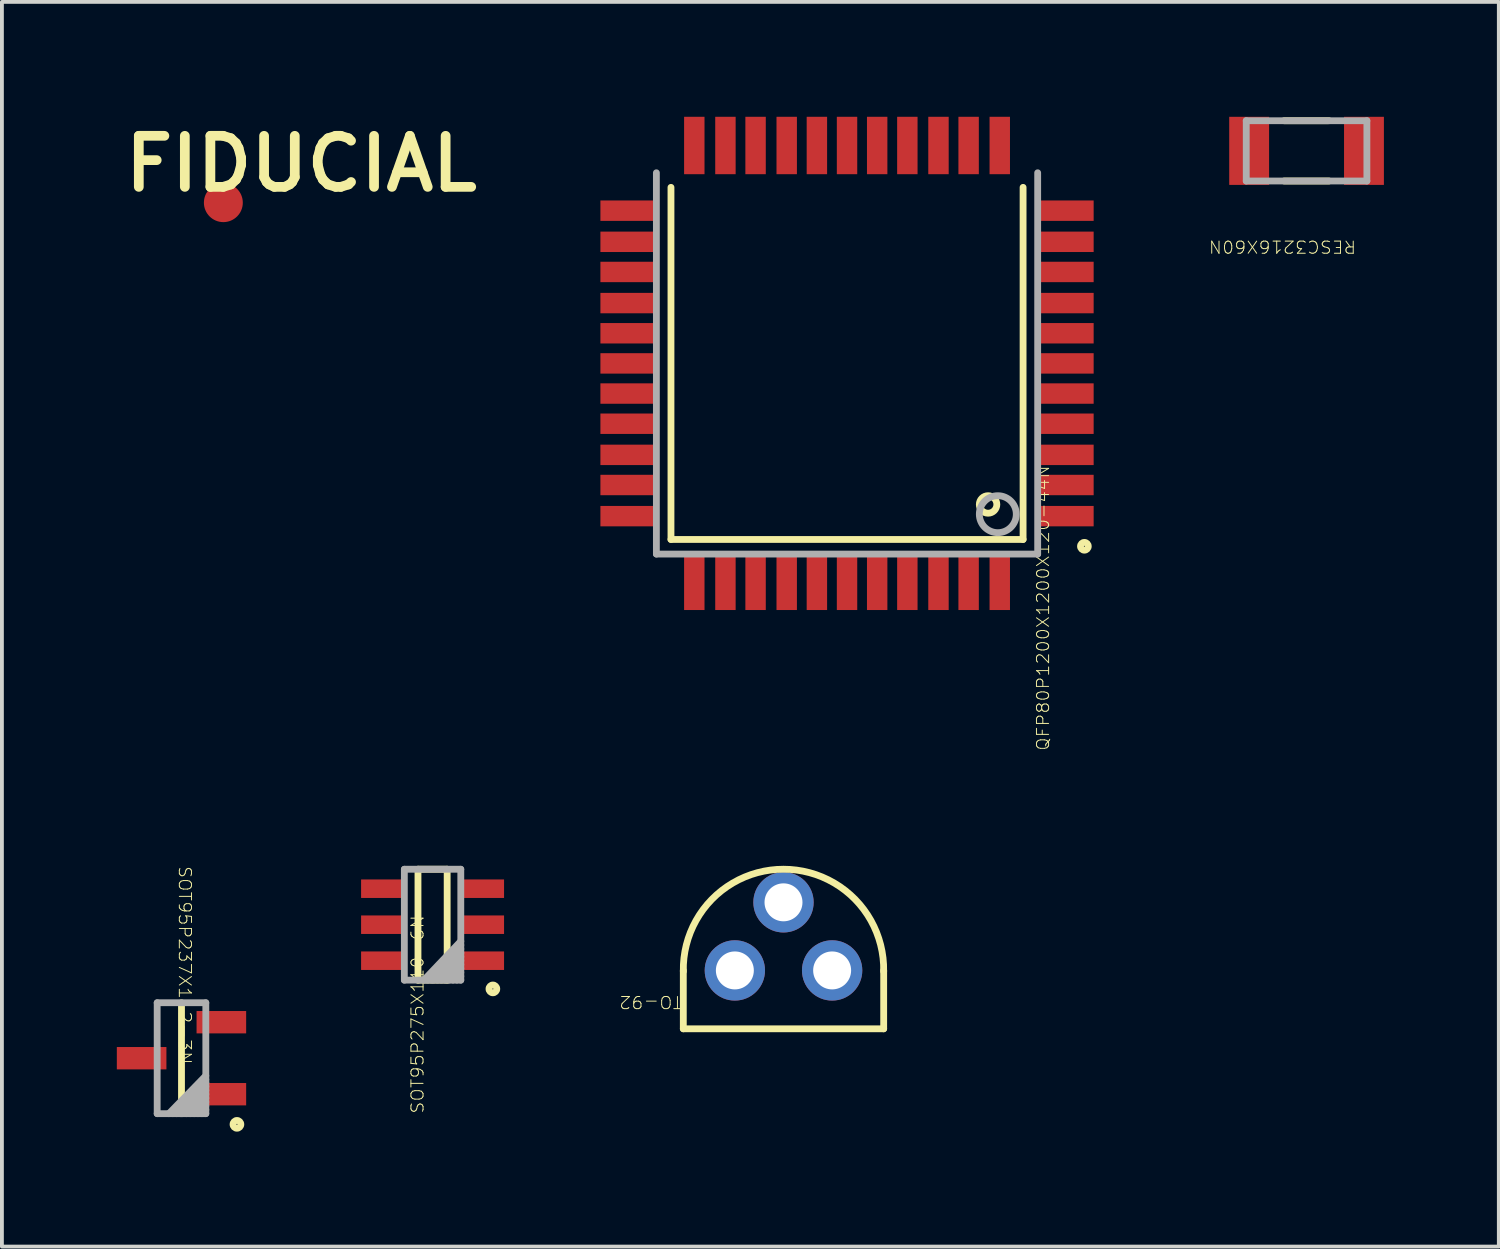
<source format=kicad_pcb>
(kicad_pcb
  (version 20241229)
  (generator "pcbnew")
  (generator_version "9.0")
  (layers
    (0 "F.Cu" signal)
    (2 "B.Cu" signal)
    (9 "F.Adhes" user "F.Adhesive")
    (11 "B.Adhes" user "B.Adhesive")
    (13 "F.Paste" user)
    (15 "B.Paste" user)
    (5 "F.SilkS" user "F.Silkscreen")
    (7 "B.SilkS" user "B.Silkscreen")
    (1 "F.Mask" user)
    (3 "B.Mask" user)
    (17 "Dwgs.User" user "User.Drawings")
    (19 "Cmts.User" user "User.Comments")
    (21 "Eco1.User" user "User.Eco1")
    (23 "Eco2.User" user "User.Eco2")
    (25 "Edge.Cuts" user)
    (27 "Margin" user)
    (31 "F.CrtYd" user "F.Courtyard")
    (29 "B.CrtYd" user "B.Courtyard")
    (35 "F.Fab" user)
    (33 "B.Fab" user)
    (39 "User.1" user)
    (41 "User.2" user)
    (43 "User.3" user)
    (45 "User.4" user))
  (footprint "QFP80P1200X1200X120-44N"
    (layer "F.Cu")
    (at 19.067 6.439)
    (property "Reference" "QFP80P1200X1200X120-44N" (at 5.118 6.388 90) (unlocked yes) (layer "F.SilkS") (effects (font (size 0.317 0.333) (thickness 0.025))))
    (attr smd)
    (fp_line (start -4.597 -4.597) (end -4.597 4.597) (stroke (width 0.178) (type solid)) (layer "F.SilkS"))
    (fp_line (start 4.597 -4.597) (end 4.597 4.597) (stroke (width 0.178) (type solid)) (layer "F.SilkS"))
    (fp_line (start 4.597 4.597) (end -4.597 4.597) (stroke (width 0.178) (type solid)) (layer "F.SilkS"))
    (fp_arc (start 3.4544 3.683) (mid 3.9116 3.683) (end 3.4544 3.683) (stroke (width 0.1778) (type solid)) (layer "F.SilkS"))
    (fp_arc (start 6.096 4.7752) (mid 6.2992 4.7752) (end 6.096 4.7752) (stroke (width 0.1778) (type solid)) (layer "F.SilkS"))
    (fp_line (start -4.978 -4.978) (end -4.978 4.978) (stroke (width 0.178) (type solid)) (layer "F.Fab"))
    (fp_line (start 4.978 -4.978) (end 4.978 4.978) (stroke (width 0.178) (type solid)) (layer "F.Fab"))
    (fp_line (start 4.978 4.978) (end -4.978 4.978) (stroke (width 0.178) (type solid)) (layer "F.Fab"))
    (fp_arc (start 3.4544 3.937) (mid 4.4196 3.937) (end 3.4544 3.937) (stroke (width 0.1778) (type solid)) (layer "F.Fab"))
    (pad "1" smd rect (at 5.69 3.988) (size 1.499 0.533) (layers "F.Cu" "F.Mask" "F.Paste"))
    (pad "2" smd rect (at 5.69 3.175) (size 1.499 0.533) (layers "F.Cu" "F.Mask" "F.Paste"))
    (pad "3" smd rect (at 5.69 2.388) (size 1.499 0.533) (layers "F.Cu" "F.Mask" "F.Paste"))
    (pad "4" smd rect (at 5.69 1.575) (size 1.499 0.533) (layers "F.Cu" "F.Mask" "F.Paste"))
    (pad "5" smd rect (at 5.69 0.787) (size 1.499 0.533) (layers "F.Cu" "F.Mask" "F.Paste"))
    (pad "6" smd rect (at 5.69 0) (size 1.499 0.533) (layers "F.Cu" "F.Mask" "F.Paste"))
    (pad "7" smd rect (at 5.69 -0.787) (size 1.499 0.533) (layers "F.Cu" "F.Mask" "F.Paste"))
    (pad "8" smd rect (at 5.69 -1.575) (size 1.499 0.533) (layers "F.Cu" "F.Mask" "F.Paste"))
    (pad "9" smd rect (at 5.69 -2.388) (size 1.499 0.533) (layers "F.Cu" "F.Mask" "F.Paste"))
    (pad "10" smd rect (at 5.69 -3.175) (size 1.499 0.533) (layers "F.Cu" "F.Mask" "F.Paste"))
    (pad "11" smd rect (at 5.69 -3.988) (size 1.499 0.533) (layers "F.Cu" "F.Mask" "F.Paste"))
    (pad "12" smd rect (at 3.988 -5.69 90) (size 1.499 0.533) (layers "F.Cu" "F.Mask" "F.Paste"))
    (pad "13" smd rect (at 3.175 -5.69 90) (size 1.499 0.533) (layers "F.Cu" "F.Mask" "F.Paste"))
    (pad "14" smd rect (at 2.388 -5.69 90) (size 1.499 0.533) (layers "F.Cu" "F.Mask" "F.Paste"))
    (pad "15" smd rect (at 1.575 -5.69 90) (size 1.499 0.533) (layers "F.Cu" "F.Mask" "F.Paste"))
    (pad "16" smd rect (at 0.787 -5.69 90) (size 1.499 0.533) (layers "F.Cu" "F.Mask" "F.Paste"))
    (pad "17" smd rect (at 0 -5.69 90) (size 1.499 0.533) (layers "F.Cu" "F.Mask" "F.Paste"))
    (pad "18" smd rect (at -0.787 -5.69 90) (size 1.499 0.533) (layers "F.Cu" "F.Mask" "F.Paste"))
    (pad "19" smd rect (at -1.575 -5.69 90) (size 1.499 0.533) (layers "F.Cu" "F.Mask" "F.Paste"))
    (pad "20" smd rect (at -2.388 -5.69 90) (size 1.499 0.533) (layers "F.Cu" "F.Mask" "F.Paste"))
    (pad "21" smd rect (at -3.175 -5.69 90) (size 1.499 0.533) (layers "F.Cu" "F.Mask" "F.Paste"))
    (pad "22" smd rect (at -3.988 -5.69 90) (size 1.499 0.533) (layers "F.Cu" "F.Mask" "F.Paste"))
    (pad "23" smd rect (at -5.69 -3.988) (size 1.499 0.533) (layers "F.Cu" "F.Mask" "F.Paste"))
    (pad "24" smd rect (at -5.69 -3.175) (size 1.499 0.533) (layers "F.Cu" "F.Mask" "F.Paste"))
    (pad "25" smd rect (at -5.69 -2.388) (size 1.499 0.533) (layers "F.Cu" "F.Mask" "F.Paste"))
    (pad "26" smd rect (at -5.69 -1.575) (size 1.499 0.533) (layers "F.Cu" "F.Mask" "F.Paste"))
    (pad "27" smd rect (at -5.69 -0.787) (size 1.499 0.533) (layers "F.Cu" "F.Mask" "F.Paste"))
    (pad "28" smd rect (at -5.69 0) (size 1.499 0.533) (layers "F.Cu" "F.Mask" "F.Paste"))
    (pad "29" smd rect (at -5.69 0.787) (size 1.499 0.533) (layers "F.Cu" "F.Mask" "F.Paste"))
    (pad "30" smd rect (at -5.69 1.575) (size 1.499 0.533) (layers "F.Cu" "F.Mask" "F.Paste"))
    (pad "31" smd rect (at -5.69 2.388) (size 1.499 0.533) (layers "F.Cu" "F.Mask" "F.Paste"))
    (pad "32" smd rect (at -5.69 3.175) (size 1.499 0.533) (layers "F.Cu" "F.Mask" "F.Paste"))
    (pad "33" smd rect (at -5.69 3.988) (size 1.499 0.533) (layers "F.Cu" "F.Mask" "F.Paste"))
    (pad "34" smd rect (at -3.988 5.69 90) (size 1.499 0.533) (layers "F.Cu" "F.Mask" "F.Paste"))
    (pad "35" smd rect (at -3.175 5.69 90) (size 1.499 0.533) (layers "F.Cu" "F.Mask" "F.Paste"))
    (pad "36" smd rect (at -2.388 5.69 90) (size 1.499 0.533) (layers "F.Cu" "F.Mask" "F.Paste"))
    (pad "37" smd rect (at -1.575 5.69 90) (size 1.499 0.533) (layers "F.Cu" "F.Mask" "F.Paste"))
    (pad "38" smd rect (at -0.787 5.69 90) (size 1.499 0.533) (layers "F.Cu" "F.Mask" "F.Paste"))
    (pad "39" smd rect (at 0 5.69 90) (size 1.499 0.533) (layers "F.Cu" "F.Mask" "F.Paste"))
    (pad "40" smd rect (at 0.787 5.69 90) (size 1.499 0.533) (layers "F.Cu" "F.Mask" "F.Paste"))
    (pad "41" smd rect (at 1.575 5.69 90) (size 1.499 0.533) (layers "F.Cu" "F.Mask" "F.Paste"))
    (pad "42" smd rect (at 2.388 5.69 90) (size 1.499 0.533) (layers "F.Cu" "F.Mask" "F.Paste"))
    (pad "43" smd rect (at 3.175 5.69 90) (size 1.499 0.533) (layers "F.Cu" "F.Mask" "F.Paste"))
    (pad "44" smd rect (at 3.988 5.69 90) (size 1.499 0.533) (layers "F.Cu" "F.Mask" "F.Paste")))
  (footprint "RESC3216X60N"
    (layer "F.Cu")
    (at 31.066 0.889)
    (property "Reference" "RESC3216X60N" (at -0.629 2.502 180) (unlocked yes) (layer "F.SilkS") (effects (font (size 0.317 0.333) (thickness 0.025))))
    (attr smd)
    (fp_line (start 0.584 -0.787) (end -0.584 -0.787) (stroke (width 0.178) (type solid)) (layer "F.SilkS"))
    (fp_line (start 0.584 0.787) (end -0.584 0.787) (stroke (width 0.178) (type solid)) (layer "F.SilkS"))
    (fp_line (start -1.575 -0.787) (end -1.575 0.787) (stroke (width 0.178) (type solid)) (layer "F.Fab"))
    (fp_line (start 1.575 -0.787) (end -1.575 -0.787) (stroke (width 0.178) (type solid)) (layer "F.Fab"))
    (fp_line (start 1.575 -0.787) (end 1.575 0.787) (stroke (width 0.178) (type solid)) (layer "F.Fab"))
    (fp_line (start 1.575 0.787) (end -1.575 0.787) (stroke (width 0.178) (type solid)) (layer "F.Fab"))
    (pad "1" smd rect (at 1.499 0 90) (size 1.778 1.041) (layers "F.Cu" "F.Mask" "F.Paste"))
    (pad "2" smd rect (at -1.499 0 90) (size 1.778 1.041) (layers "F.Cu" "F.Mask" "F.Paste")))
  (footprint "SOT95P237X112-3N"
    (layer "F.Cu")
    (at 1.689 24.581)
    (property "Reference" "SOT95P237X112-3N" (at 0.089 -2.426 270) (unlocked yes) (layer "F.SilkS") (effects (font (size 0.317 0.333) (thickness 0.025))))
    (attr smd)
    (fp_line (start 0 -1.448) (end 0 1.448) (stroke (width 0.178) (type solid)) (layer "F.SilkS"))
    (fp_arc (start 1.3462 1.7272) (mid 1.5494 1.7272) (end 1.3462 1.7272) (stroke (width 0.1778) (type solid)) (layer "F.SilkS"))
    (fp_line (start -0.635 -1.448) (end -0.635 1.448) (stroke (width 0.178) (type solid)) (layer "F.Fab"))
    (fp_line (start 0.635 -1.448) (end -0.635 -1.448) (stroke (width 0.178) (type solid)) (layer "F.Fab"))
    (fp_line (start 0.635 -1.448) (end 0.635 1.448) (stroke (width 0.178) (type solid)) (layer "F.Fab"))
    (fp_line (start 0.635 0.457) (end -0.33 1.448) (stroke (width 0.178) (type solid)) (layer "F.Fab"))
    (fp_line (start 0.635 0.559) (end -0.229 1.448) (stroke (width 0.178) (type solid)) (layer "F.Fab"))
    (fp_line (start 0.635 0.635) (end -0.127 1.448) (stroke (width 0.178) (type solid)) (layer "F.Fab"))
    (fp_line (start 0.635 0.737) (end -0.025 1.448) (stroke (width 0.178) (type solid)) (layer "F.Fab"))
    (fp_line (start 0.635 0.838) (end 0.025 1.448) (stroke (width 0.178) (type solid)) (layer "F.Fab"))
    (fp_line (start 0.635 0.94) (end 0.127 1.448) (stroke (width 0.178) (type solid)) (layer "F.Fab"))
    (fp_line (start 0.635 1.041) (end 0.229 1.448) (stroke (width 0.178) (type solid)) (layer "F.Fab"))
    (fp_line (start 0.635 1.143) (end 0.33 1.448) (stroke (width 0.178) (type solid)) (layer "F.Fab"))
    (fp_line (start 0.635 1.245) (end 0.432 1.448) (stroke (width 0.178) (type solid)) (layer "F.Fab"))
    (fp_line (start 0.635 1.346) (end 0.533 1.448) (stroke (width 0.178) (type solid)) (layer "F.Fab"))
    (fp_line (start 0.635 1.448) (end -0.635 1.448) (stroke (width 0.178) (type solid)) (layer "F.Fab"))
    (pad "1" smd rect (at 1.041 0.94) (size 1.295 0.584) (layers "F.Cu" "F.Mask" "F.Paste"))
    (pad "2" smd rect (at 1.041 -0.94) (size 1.295 0.584) (layers "F.Cu" "F.Mask" "F.Paste"))
    (pad "3" smd rect (at -1.041 0) (size 1.295 0.584) (layers "F.Cu" "F.Mask" "F.Paste")))
  (footprint "TO-92"
    (layer "F.Cu")
    (at 16.138 22.289)
    (property "Reference" "TO-92" (at -2.197 0.826 180) (unlocked yes) (layer "F.SilkS") (effects (font (size 0.317 0.333) (thickness 0.025))))
    (attr smd)
    (fp_line (start -1.346 1.524) (end -1.346 0) (stroke (width 0.178) (type solid)) (layer "F.SilkS"))
    (fp_line (start -1.346 1.524) (end 3.886 1.524) (stroke (width 0.178) (type solid)) (layer "F.SilkS"))
    (fp_line (start 3.886 1.524) (end 3.886 0) (stroke (width 0.178) (type solid)) (layer "F.SilkS"))
    (fp_arc (start -1.345718 0.024825) (mid 1.27 -2.6416) (end 3.885718 0.024824) (stroke (width 0.1778) (type solid)) (layer "F.SilkS"))
    (pad "1" thru_hole circle (at 0 0) (size 1.575 1.575) (drill 0.991) (layers "*.Cu" "*.Mask"))
    (pad "2" thru_hole circle (at 1.27 -1.778) (size 1.575 1.575) (drill 0.991) (layers "*.Cu" "*.Mask"))
    (pad "3" thru_hole circle (at 2.54 0) (size 1.575 1.575) (drill 0.991) (layers "*.Cu" "*.Mask")))
  (footprint "FIDUCIAL"
    (layer "F.Cu")
    (at 2.782 2.242)
    (property "Reference" "FIDUCIAL" (at 2.032 -1.016 0) (unlocked yes) (layer "F.SilkS") (effects (font (size 1.333 1.402) (thickness 0.254))))
    (attr smd)
    (pad "1" smd circle (at 0 0) (size 1.016 1.016) (layers "F.Cu" "F.Mask" "F.Paste")))
  (footprint "SOT95P275X110-6N"
    (layer "F.Cu")
    (at 8.245 21.095)
    (property "Reference" "SOT95P275X110-6N" (at -0.394 2.343 90) (unlocked yes) (layer "F.SilkS") (effects (font (size 0.317 0.333) (thickness 0.025))))
    (attr smd)
    (fp_line (start -0.381 -1.448) (end -0.381 1.448) (stroke (width 0.178) (type solid)) (layer "F.SilkS"))
    (fp_line (start 0.381 -1.448) (end -0.381 -1.448) (stroke (width 0.178) (type solid)) (layer "F.SilkS"))
    (fp_line (start 0.381 -1.448) (end 0.381 1.448) (stroke (width 0.178) (type solid)) (layer "F.SilkS"))
    (fp_line (start 0.381 1.448) (end -0.381 1.448) (stroke (width 0.178) (type solid)) (layer "F.SilkS"))
    (fp_arc (start 1.4732 1.6764) (mid 1.6764 1.6764) (end 1.4732 1.6764) (stroke (width 0.1778) (type solid)) (layer "F.SilkS"))
    (fp_line (start -0.737 -1.448) (end -0.737 1.448) (stroke (width 0.178) (type solid)) (layer "F.Fab"))
    (fp_line (start 0.737 -1.448) (end -0.737 -1.448) (stroke (width 0.178) (type solid)) (layer "F.Fab"))
    (fp_line (start 0.737 -1.448) (end 0.737 1.448) (stroke (width 0.178) (type solid)) (layer "F.Fab"))
    (fp_line (start 0.737 0.432) (end -0.229 1.448) (stroke (width 0.178) (type solid)) (layer "F.Fab"))
    (fp_line (start 0.737 0.533) (end -0.127 1.448) (stroke (width 0.178) (type solid)) (layer "F.Fab"))
    (fp_line (start 0.737 0.635) (end -0.025 1.448) (stroke (width 0.178) (type solid)) (layer "F.Fab"))
    (fp_line (start 0.737 0.737) (end 0.025 1.448) (stroke (width 0.178) (type solid)) (layer "F.Fab"))
    (fp_line (start 0.737 0.838) (end 0.127 1.448) (stroke (width 0.178) (type solid)) (layer "F.Fab"))
    (fp_line (start 0.737 0.94) (end 0.229 1.448) (stroke (width 0.178) (type solid)) (layer "F.Fab"))
    (fp_line (start 0.737 1.041) (end 0.33 1.448) (stroke (width 0.178) (type solid)) (layer "F.Fab"))
    (fp_line (start 0.737 1.143) (end 0.432 1.448) (stroke (width 0.178) (type solid)) (layer "F.Fab"))
    (fp_line (start 0.737 1.245) (end 0.533 1.448) (stroke (width 0.178) (type solid)) (layer "F.Fab"))
    (fp_line (start 0.737 1.346) (end 0.635 1.448) (stroke (width 0.178) (type solid)) (layer "F.Fab"))
    (fp_line (start 0.737 1.448) (end -0.737 1.448) (stroke (width 0.178) (type solid)) (layer "F.Fab"))
    (pad "1" smd rect (at 1.295 0.94) (size 1.143 0.483) (layers "F.Cu" "F.Mask" "F.Paste"))
    (pad "2" smd rect (at 1.295 0) (size 1.143 0.483) (layers "F.Cu" "F.Mask" "F.Paste"))
    (pad "3" smd rect (at 1.295 -0.94) (size 1.143 0.483) (layers "F.Cu" "F.Mask" "F.Paste"))
    (pad "4" smd rect (at -1.295 -0.94) (size 1.143 0.483) (layers "F.Cu" "F.Mask" "F.Paste"))
    (pad "5" smd rect (at -1.295 0) (size 1.143 0.483) (layers "F.Cu" "F.Mask" "F.Paste"))
    (pad "6" smd rect (at -1.295 0.94) (size 1.143 0.483) (layers "F.Cu" "F.Mask" "F.Paste")))
  (gr_rect
    (start -3 -3)
    (end 36.086 29.499)
    (stroke (width 0.1) (type default))
    (fill no)
    (layer "Edge.Cuts")))
</source>
